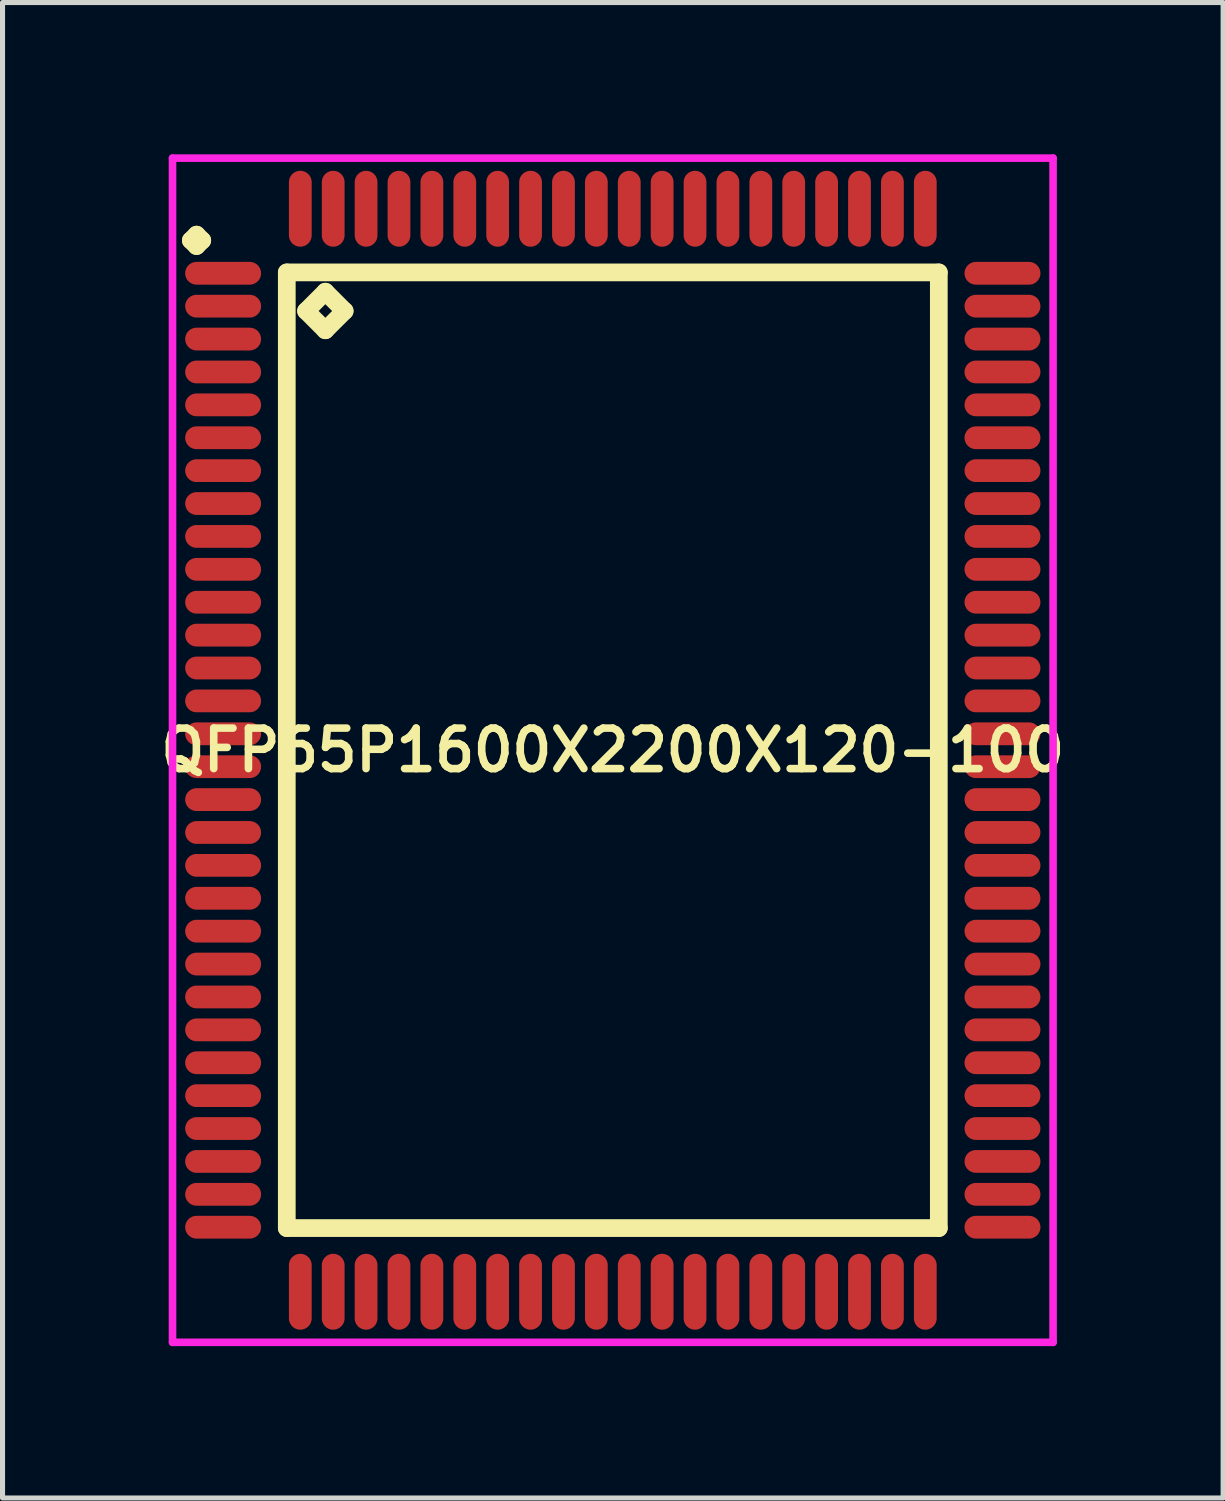
<source format=kicad_pcb>
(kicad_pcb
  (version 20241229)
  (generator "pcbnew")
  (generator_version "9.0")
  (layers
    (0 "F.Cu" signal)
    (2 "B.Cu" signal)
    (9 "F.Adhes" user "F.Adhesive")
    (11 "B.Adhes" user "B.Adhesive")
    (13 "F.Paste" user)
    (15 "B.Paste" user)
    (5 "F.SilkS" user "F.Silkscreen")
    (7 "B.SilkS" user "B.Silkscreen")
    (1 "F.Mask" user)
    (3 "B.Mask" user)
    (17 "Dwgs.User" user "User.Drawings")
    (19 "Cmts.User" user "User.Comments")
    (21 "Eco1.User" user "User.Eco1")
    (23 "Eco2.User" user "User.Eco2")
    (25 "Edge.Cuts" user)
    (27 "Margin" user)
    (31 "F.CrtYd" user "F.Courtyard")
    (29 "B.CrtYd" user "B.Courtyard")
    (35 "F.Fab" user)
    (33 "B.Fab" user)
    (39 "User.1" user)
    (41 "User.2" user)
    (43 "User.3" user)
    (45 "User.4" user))
  (footprint "QFP65P1600X2200X120-100"
    (layer "F.Cu")
    (at 9.059 11.775)
    (property "Reference" "QFP65P1600X2200X120-100" (at 0 0 0) (layer "F.SilkS") (effects (font (size 0.8 0.8) (thickness 0.15))))
    (attr through_hole)
    (fp_line (start -8.338 -10.075) (end -8.225 -10.188) (stroke (width 0.35) (type solid)) (layer "F.SilkS"))
    (fp_line (start -8.225 -10.188) (end -8.113 -10.075) (stroke (width 0.35) (type solid)) (layer "F.SilkS"))
    (fp_line (start -8.225 -9.963) (end -8.338 -10.075) (stroke (width 0.35) (type solid)) (layer "F.SilkS"))
    (fp_line (start -8.113 -10.075) (end -8.225 -9.963) (stroke (width 0.35) (type solid)) (layer "F.SilkS"))
    (fp_line (start -6.442 -9.442) (end -6.442 9.442) (stroke (width 0.35) (type solid)) (layer "F.SilkS"))
    (fp_line (start -6.442 9.442) (end 6.442 9.442) (stroke (width 0.35) (type solid)) (layer "F.SilkS"))
    (fp_line (start -6.061 -8.68) (end -5.68 -9.061) (stroke (width 0.35) (type solid)) (layer "F.SilkS"))
    (fp_line (start -5.68 -9.061) (end -5.299 -8.68) (stroke (width 0.35) (type solid)) (layer "F.SilkS"))
    (fp_line (start -5.68 -8.299) (end -6.061 -8.68) (stroke (width 0.35) (type solid)) (layer "F.SilkS"))
    (fp_line (start -5.299 -8.68) (end -5.68 -8.299) (stroke (width 0.35) (type solid)) (layer "F.SilkS"))
    (fp_line (start 6.442 -9.442) (end -6.442 -9.442) (stroke (width 0.35) (type solid)) (layer "F.SilkS"))
    (fp_line (start 6.442 9.442) (end 6.442 -9.442) (stroke (width 0.35) (type solid)) (layer "F.SilkS"))
    (fp_line (start -8.7 -11.7) (end 8.7 -11.7) (stroke (width 0.15) (type solid)) (layer "F.CrtYd"))
    (fp_line (start -8.7 11.7) (end -8.7 -11.7) (stroke (width 0.15) (type solid)) (layer "F.CrtYd"))
    (fp_line (start 8.7 -11.7) (end 8.7 11.7) (stroke (width 0.15) (type solid)) (layer "F.CrtYd"))
    (fp_line (start 8.7 11.7) (end -8.7 11.7) (stroke (width 0.15) (type solid)) (layer "F.CrtYd"))
    (pad "1" smd oval (at -7.7 -9.425) (size 1.5 0.45) (layers "F.Cu" "F.Mask" "F.Paste"))
    (pad "2" smd oval (at -7.7 -8.775) (size 1.5 0.45) (layers "F.Cu" "F.Mask" "F.Paste"))
    (pad "3" smd oval (at -7.7 -8.125) (size 1.5 0.45) (layers "F.Cu" "F.Mask" "F.Paste"))
    (pad "4" smd oval (at -7.7 -7.475) (size 1.5 0.45) (layers "F.Cu" "F.Mask" "F.Paste"))
    (pad "5" smd oval (at -7.7 -6.825) (size 1.5 0.45) (layers "F.Cu" "F.Mask" "F.Paste"))
    (pad "6" smd oval (at -7.7 -6.175) (size 1.5 0.45) (layers "F.Cu" "F.Mask" "F.Paste"))
    (pad "7" smd oval (at -7.7 -5.525) (size 1.5 0.45) (layers "F.Cu" "F.Mask" "F.Paste"))
    (pad "8" smd oval (at -7.7 -4.875) (size 1.5 0.45) (layers "F.Cu" "F.Mask" "F.Paste"))
    (pad "9" smd oval (at -7.7 -4.225) (size 1.5 0.45) (layers "F.Cu" "F.Mask" "F.Paste"))
    (pad "10" smd oval (at -7.7 -3.575) (size 1.5 0.45) (layers "F.Cu" "F.Mask" "F.Paste"))
    (pad "11" smd oval (at -7.7 -2.925) (size 1.5 0.45) (layers "F.Cu" "F.Mask" "F.Paste"))
    (pad "12" smd oval (at -7.7 -2.275) (size 1.5 0.45) (layers "F.Cu" "F.Mask" "F.Paste"))
    (pad "13" smd oval (at -7.7 -1.625) (size 1.5 0.45) (layers "F.Cu" "F.Mask" "F.Paste"))
    (pad "14" smd oval (at -7.7 -0.975) (size 1.5 0.45) (layers "F.Cu" "F.Mask" "F.Paste"))
    (pad "15" smd oval (at -7.7 -0.325) (size 1.5 0.45) (layers "F.Cu" "F.Mask" "F.Paste"))
    (pad "16" smd oval (at -7.7 0.325) (size 1.5 0.45) (layers "F.Cu" "F.Mask" "F.Paste"))
    (pad "17" smd oval (at -7.7 0.975) (size 1.5 0.45) (layers "F.Cu" "F.Mask" "F.Paste"))
    (pad "18" smd oval (at -7.7 1.625) (size 1.5 0.45) (layers "F.Cu" "F.Mask" "F.Paste"))
    (pad "19" smd oval (at -7.7 2.275) (size 1.5 0.45) (layers "F.Cu" "F.Mask" "F.Paste"))
    (pad "20" smd oval (at -7.7 2.925) (size 1.5 0.45) (layers "F.Cu" "F.Mask" "F.Paste"))
    (pad "21" smd oval (at -7.7 3.575) (size 1.5 0.45) (layers "F.Cu" "F.Mask" "F.Paste"))
    (pad "22" smd oval (at -7.7 4.225) (size 1.5 0.45) (layers "F.Cu" "F.Mask" "F.Paste"))
    (pad "23" smd oval (at -7.7 4.875) (size 1.5 0.45) (layers "F.Cu" "F.Mask" "F.Paste"))
    (pad "24" smd oval (at -7.7 5.525) (size 1.5 0.45) (layers "F.Cu" "F.Mask" "F.Paste"))
    (pad "25" smd oval (at -7.7 6.175) (size 1.5 0.45) (layers "F.Cu" "F.Mask" "F.Paste"))
    (pad "26" smd oval (at -7.7 6.825) (size 1.5 0.45) (layers "F.Cu" "F.Mask" "F.Paste"))
    (pad "27" smd oval (at -7.7 7.475) (size 1.5 0.45) (layers "F.Cu" "F.Mask" "F.Paste"))
    (pad "28" smd oval (at -7.7 8.125) (size 1.5 0.45) (layers "F.Cu" "F.Mask" "F.Paste"))
    (pad "29" smd oval (at -7.7 8.775) (size 1.5 0.45) (layers "F.Cu" "F.Mask" "F.Paste"))
    (pad "30" smd oval (at -7.7 9.425) (size 1.5 0.45) (layers "F.Cu" "F.Mask" "F.Paste"))
    (pad "31" smd oval (at -6.175 10.7) (size 0.45 1.5) (layers "F.Cu" "F.Mask" "F.Paste"))
    (pad "32" smd oval (at -5.525 10.7) (size 0.45 1.5) (layers "F.Cu" "F.Mask" "F.Paste"))
    (pad "33" smd oval (at -4.875 10.7) (size 0.45 1.5) (layers "F.Cu" "F.Mask" "F.Paste"))
    (pad "34" smd oval (at -4.225 10.7) (size 0.45 1.5) (layers "F.Cu" "F.Mask" "F.Paste"))
    (pad "35" smd oval (at -3.575 10.7) (size 0.45 1.5) (layers "F.Cu" "F.Mask" "F.Paste"))
    (pad "36" smd oval (at -2.925 10.7) (size 0.45 1.5) (layers "F.Cu" "F.Mask" "F.Paste"))
    (pad "37" smd oval (at -2.275 10.7) (size 0.45 1.5) (layers "F.Cu" "F.Mask" "F.Paste"))
    (pad "38" smd oval (at -1.625 10.7) (size 0.45 1.5) (layers "F.Cu" "F.Mask" "F.Paste"))
    (pad "39" smd oval (at -0.975 10.7) (size 0.45 1.5) (layers "F.Cu" "F.Mask" "F.Paste"))
    (pad "40" smd oval (at -0.325 10.7) (size 0.45 1.5) (layers "F.Cu" "F.Mask" "F.Paste"))
    (pad "41" smd oval (at 0.325 10.7) (size 0.45 1.5) (layers "F.Cu" "F.Mask" "F.Paste"))
    (pad "42" smd oval (at 0.975 10.7) (size 0.45 1.5) (layers "F.Cu" "F.Mask" "F.Paste"))
    (pad "43" smd oval (at 1.625 10.7) (size 0.45 1.5) (layers "F.Cu" "F.Mask" "F.Paste"))
    (pad "44" smd oval (at 2.275 10.7) (size 0.45 1.5) (layers "F.Cu" "F.Mask" "F.Paste"))
    (pad "45" smd oval (at 2.925 10.7) (size 0.45 1.5) (layers "F.Cu" "F.Mask" "F.Paste"))
    (pad "46" smd oval (at 3.575 10.7) (size 0.45 1.5) (layers "F.Cu" "F.Mask" "F.Paste"))
    (pad "47" smd oval (at 4.225 10.7) (size 0.45 1.5) (layers "F.Cu" "F.Mask" "F.Paste"))
    (pad "48" smd oval (at 4.875 10.7) (size 0.45 1.5) (layers "F.Cu" "F.Mask" "F.Paste"))
    (pad "49" smd oval (at 5.525 10.7) (size 0.45 1.5) (layers "F.Cu" "F.Mask" "F.Paste"))
    (pad "50" smd oval (at 6.175 10.7) (size 0.45 1.5) (layers "F.Cu" "F.Mask" "F.Paste"))
    (pad "51" smd oval (at 7.7 9.425) (size 1.5 0.45) (layers "F.Cu" "F.Mask" "F.Paste"))
    (pad "52" smd oval (at 7.7 8.775) (size 1.5 0.45) (layers "F.Cu" "F.Mask" "F.Paste"))
    (pad "53" smd oval (at 7.7 8.125) (size 1.5 0.45) (layers "F.Cu" "F.Mask" "F.Paste"))
    (pad "54" smd oval (at 7.7 7.475) (size 1.5 0.45) (layers "F.Cu" "F.Mask" "F.Paste"))
    (pad "55" smd oval (at 7.7 6.825) (size 1.5 0.45) (layers "F.Cu" "F.Mask" "F.Paste"))
    (pad "56" smd oval (at 7.7 6.175) (size 1.5 0.45) (layers "F.Cu" "F.Mask" "F.Paste"))
    (pad "57" smd oval (at 7.7 5.525) (size 1.5 0.45) (layers "F.Cu" "F.Mask" "F.Paste"))
    (pad "58" smd oval (at 7.7 4.875) (size 1.5 0.45) (layers "F.Cu" "F.Mask" "F.Paste"))
    (pad "59" smd oval (at 7.7 4.225) (size 1.5 0.45) (layers "F.Cu" "F.Mask" "F.Paste"))
    (pad "60" smd oval (at 7.7 3.575) (size 1.5 0.45) (layers "F.Cu" "F.Mask" "F.Paste"))
    (pad "61" smd oval (at 7.7 2.925) (size 1.5 0.45) (layers "F.Cu" "F.Mask" "F.Paste"))
    (pad "62" smd oval (at 7.7 2.275) (size 1.5 0.45) (layers "F.Cu" "F.Mask" "F.Paste"))
    (pad "63" smd oval (at 7.7 1.625) (size 1.5 0.45) (layers "F.Cu" "F.Mask" "F.Paste"))
    (pad "64" smd oval (at 7.7 0.975) (size 1.5 0.45) (layers "F.Cu" "F.Mask" "F.Paste"))
    (pad "65" smd oval (at 7.7 0.325) (size 1.5 0.45) (layers "F.Cu" "F.Mask" "F.Paste"))
    (pad "66" smd oval (at 7.7 -0.325) (size 1.5 0.45) (layers "F.Cu" "F.Mask" "F.Paste"))
    (pad "67" smd oval (at 7.7 -0.975) (size 1.5 0.45) (layers "F.Cu" "F.Mask" "F.Paste"))
    (pad "68" smd oval (at 7.7 -1.625) (size 1.5 0.45) (layers "F.Cu" "F.Mask" "F.Paste"))
    (pad "69" smd oval (at 7.7 -2.275) (size 1.5 0.45) (layers "F.Cu" "F.Mask" "F.Paste"))
    (pad "70" smd oval (at 7.7 -2.925) (size 1.5 0.45) (layers "F.Cu" "F.Mask" "F.Paste"))
    (pad "71" smd oval (at 7.7 -3.575) (size 1.5 0.45) (layers "F.Cu" "F.Mask" "F.Paste"))
    (pad "72" smd oval (at 7.7 -4.225) (size 1.5 0.45) (layers "F.Cu" "F.Mask" "F.Paste"))
    (pad "73" smd oval (at 7.7 -4.875) (size 1.5 0.45) (layers "F.Cu" "F.Mask" "F.Paste"))
    (pad "74" smd oval (at 7.7 -5.525) (size 1.5 0.45) (layers "F.Cu" "F.Mask" "F.Paste"))
    (pad "75" smd oval (at 7.7 -6.175) (size 1.5 0.45) (layers "F.Cu" "F.Mask" "F.Paste"))
    (pad "76" smd oval (at 7.7 -6.825) (size 1.5 0.45) (layers "F.Cu" "F.Mask" "F.Paste"))
    (pad "77" smd oval (at 7.7 -7.475) (size 1.5 0.45) (layers "F.Cu" "F.Mask" "F.Paste"))
    (pad "78" smd oval (at 7.7 -8.125) (size 1.5 0.45) (layers "F.Cu" "F.Mask" "F.Paste"))
    (pad "79" smd oval (at 7.7 -8.775) (size 1.5 0.45) (layers "F.Cu" "F.Mask" "F.Paste"))
    (pad "80" smd oval (at 7.7 -9.425) (size 1.5 0.45) (layers "F.Cu" "F.Mask" "F.Paste"))
    (pad "81" smd oval (at 6.175 -10.7) (size 0.45 1.5) (layers "F.Cu" "F.Mask" "F.Paste"))
    (pad "82" smd oval (at 5.525 -10.7) (size 0.45 1.5) (layers "F.Cu" "F.Mask" "F.Paste"))
    (pad "83" smd oval (at 4.875 -10.7) (size 0.45 1.5) (layers "F.Cu" "F.Mask" "F.Paste"))
    (pad "84" smd oval (at 4.225 -10.7) (size 0.45 1.5) (layers "F.Cu" "F.Mask" "F.Paste"))
    (pad "85" smd oval (at 3.575 -10.7) (size 0.45 1.5) (layers "F.Cu" "F.Mask" "F.Paste"))
    (pad "86" smd oval (at 2.925 -10.7) (size 0.45 1.5) (layers "F.Cu" "F.Mask" "F.Paste"))
    (pad "87" smd oval (at 2.275 -10.7) (size 0.45 1.5) (layers "F.Cu" "F.Mask" "F.Paste"))
    (pad "88" smd oval (at 1.625 -10.7) (size 0.45 1.5) (layers "F.Cu" "F.Mask" "F.Paste"))
    (pad "89" smd oval (at 0.975 -10.7) (size 0.45 1.5) (layers "F.Cu" "F.Mask" "F.Paste"))
    (pad "90" smd oval (at 0.325 -10.7) (size 0.45 1.5) (layers "F.Cu" "F.Mask" "F.Paste"))
    (pad "91" smd oval (at -0.325 -10.7) (size 0.45 1.5) (layers "F.Cu" "F.Mask" "F.Paste"))
    (pad "92" smd oval (at -0.975 -10.7) (size 0.45 1.5) (layers "F.Cu" "F.Mask" "F.Paste"))
    (pad "93" smd oval (at -1.625 -10.7) (size 0.45 1.5) (layers "F.Cu" "F.Mask" "F.Paste"))
    (pad "94" smd oval (at -2.275 -10.7) (size 0.45 1.5) (layers "F.Cu" "F.Mask" "F.Paste"))
    (pad "95" smd oval (at -2.925 -10.7) (size 0.45 1.5) (layers "F.Cu" "F.Mask" "F.Paste"))
    (pad "96" smd oval (at -3.575 -10.7) (size 0.45 1.5) (layers "F.Cu" "F.Mask" "F.Paste"))
    (pad "97" smd oval (at -4.225 -10.7) (size 0.45 1.5) (layers "F.Cu" "F.Mask" "F.Paste"))
    (pad "98" smd oval (at -4.875 -10.7) (size 0.45 1.5) (layers "F.Cu" "F.Mask" "F.Paste"))
    (pad "99" smd oval (at -5.525 -10.7) (size 0.45 1.5) (layers "F.Cu" "F.Mask" "F.Paste"))
    (pad "100" smd oval (at -6.175 -10.7) (size 0.45 1.5) (layers "F.Cu" "F.Mask" "F.Paste")))
  (gr_rect
    (start -3 -3)
    (end 21.119 26.55)
    (stroke (width 0.1) (type default))
    (fill no)
    (layer "Edge.Cuts")))
</source>
